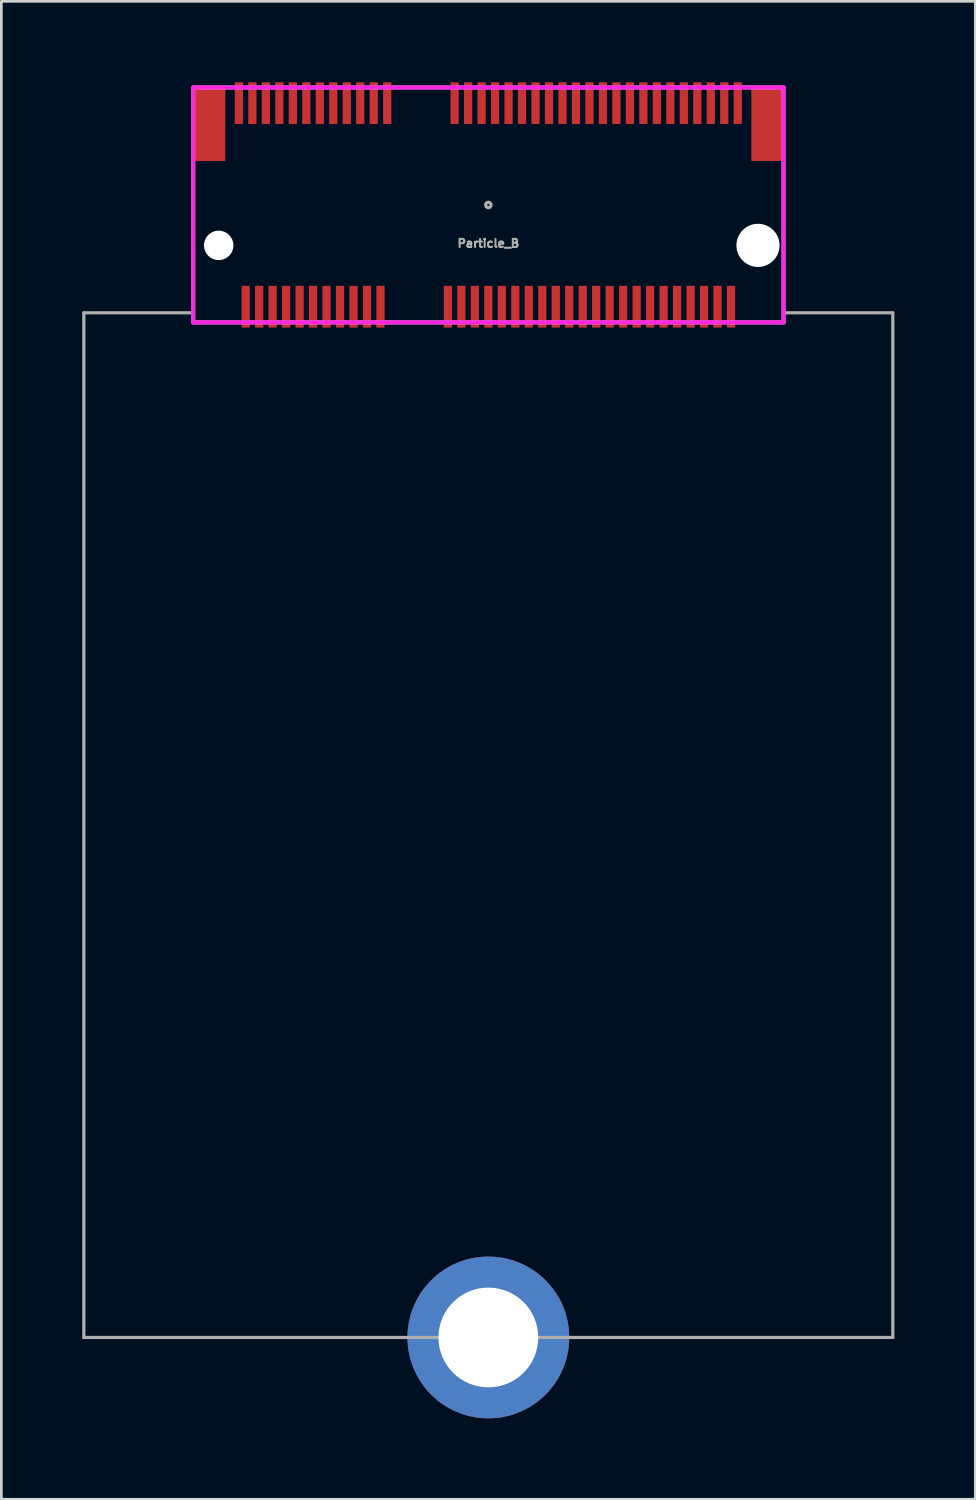
<source format=kicad_pcb>
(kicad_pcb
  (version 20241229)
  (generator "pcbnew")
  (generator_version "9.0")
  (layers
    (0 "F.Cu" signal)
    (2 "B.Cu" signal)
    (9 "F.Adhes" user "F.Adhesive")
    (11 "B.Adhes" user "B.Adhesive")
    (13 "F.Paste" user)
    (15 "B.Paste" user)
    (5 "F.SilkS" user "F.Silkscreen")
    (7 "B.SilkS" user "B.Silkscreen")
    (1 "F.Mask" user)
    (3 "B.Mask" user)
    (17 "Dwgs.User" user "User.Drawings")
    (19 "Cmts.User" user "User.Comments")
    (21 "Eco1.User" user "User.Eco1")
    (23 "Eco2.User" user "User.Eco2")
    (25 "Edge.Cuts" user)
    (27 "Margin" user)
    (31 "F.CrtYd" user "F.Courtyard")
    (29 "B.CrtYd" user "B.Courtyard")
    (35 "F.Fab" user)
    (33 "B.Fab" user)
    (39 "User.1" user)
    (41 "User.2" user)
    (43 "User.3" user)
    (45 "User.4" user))
  (footprint "Particle_B"
    (layer "F.Cu")
    (at 15.06 4.55)
    (property "Reference" "Particle_B" (at 0 1.425 0) (layer "F.Fab") (effects (font (size 0.3 0.3) (thickness 0.075))))
    (attr smd)
    (fp_line (start -10.947 -4.356) (end -10.947 4.356) (stroke (width 0.152) (type solid)) (layer "F.CrtYd"))
    (fp_line (start -10.947 4.356) (end 10.947 4.356) (stroke (width 0.152) (type solid)) (layer "F.CrtYd"))
    (fp_line (start 10.947 -4.356) (end -10.947 -4.356) (stroke (width 0.152) (type solid)) (layer "F.CrtYd"))
    (fp_line (start 10.947 4.356) (end 10.947 -4.356) (stroke (width 0.152) (type solid)) (layer "F.CrtYd"))
    (fp_line (start -15 4) (end -10.95 4) (stroke (width 0.12) (type solid)) (layer "F.Fab"))
    (fp_line (start -15 42) (end -15 4) (stroke (width 0.12) (type solid)) (layer "F.Fab"))
    (fp_line (start -10.947 -4.356) (end -10.947 4.356) (stroke (width 0.152) (type solid)) (layer "F.Fab"))
    (fp_line (start -10.947 4.356) (end 10.947 4.356) (stroke (width 0.152) (type solid)) (layer "F.Fab"))
    (fp_line (start 10.947 -4.356) (end -10.947 -4.356) (stroke (width 0.152) (type solid)) (layer "F.Fab"))
    (fp_line (start 10.947 4.356) (end 10.947 -4.356) (stroke (width 0.152) (type solid)) (layer "F.Fab"))
    (fp_line (start 15 4) (end 10.95 4) (stroke (width 0.12) (type solid)) (layer "F.Fab"))
    (fp_line (start 15 42) (end -15 42) (stroke (width 0.12) (type solid)) (layer "F.Fab"))
    (fp_line (start 15 42) (end 15 4) (stroke (width 0.12) (type solid)) (layer "F.Fab"))
    (fp_circle (center 0 0) (end 0.1 0) (stroke (width 0.12) (type solid)) (fill no) (layer "F.Fab"))
    (pad "" np_thru_hole circle (at -10 1.5) (size 1.092 1.092) (drill 1.092) (layers "*.Cu" "*.Mask"))
    (pad "" thru_hole circle (at 0 42) (size 6 6) (drill 3.7) (layers "*.Cu" "*.Mask"))
    (pad "" np_thru_hole circle (at 10 1.5) (size 1.6 1.6) (drill 1.6) (layers "*.Cu" "*.Mask"))
    (pad "1" smd rect (at -9.25 -3.775) (size 0.305 1.549) (layers "F.Cu" "F.Mask" "F.Paste"))
    (pad "2" smd rect (at -9 3.775) (size 0.305 1.549) (layers "F.Cu" "F.Mask" "F.Paste"))
    (pad "3" smd rect (at -8.75 -3.775) (size 0.305 1.549) (layers "F.Cu" "F.Mask" "F.Paste"))
    (pad "4" smd rect (at -8.5 3.775) (size 0.305 1.549) (layers "F.Cu" "F.Mask" "F.Paste"))
    (pad "5" smd rect (at -8.25 -3.775) (size 0.305 1.549) (layers "F.Cu" "F.Mask" "F.Paste"))
    (pad "6" smd rect (at -8 3.775) (size 0.305 1.549) (layers "F.Cu" "F.Mask" "F.Paste"))
    (pad "7" smd rect (at -7.75 -3.775) (size 0.305 1.549) (layers "F.Cu" "F.Mask" "F.Paste"))
    (pad "8" smd rect (at -7.5 3.775) (size 0.305 1.549) (layers "F.Cu" "F.Mask" "F.Paste"))
    (pad "9" smd rect (at -7.25 -3.775) (size 0.305 1.549) (layers "F.Cu" "F.Mask" "F.Paste"))
    (pad "10" smd rect (at -7 3.775) (size 0.305 1.549) (layers "F.Cu" "F.Mask" "F.Paste"))
    (pad "11" smd rect (at -6.75 -3.775) (size 0.305 1.549) (layers "F.Cu" "F.Mask" "F.Paste"))
    (pad "12" smd rect (at -6.5 3.775) (size 0.305 1.549) (layers "F.Cu" "F.Mask" "F.Paste"))
    (pad "13" smd rect (at -6.25 -3.775) (size 0.305 1.549) (layers "F.Cu" "F.Mask" "F.Paste"))
    (pad "14" smd rect (at -6 3.775) (size 0.305 1.549) (layers "F.Cu" "F.Mask" "F.Paste"))
    (pad "15" smd rect (at -5.75 -3.775) (size 0.305 1.549) (layers "F.Cu" "F.Mask" "F.Paste"))
    (pad "16" smd rect (at -5.5 3.775) (size 0.305 1.549) (layers "F.Cu" "F.Mask" "F.Paste"))
    (pad "17" smd rect (at -5.25 -3.775) (size 0.305 1.549) (layers "F.Cu" "F.Mask" "F.Paste"))
    (pad "18" smd rect (at -5 3.775) (size 0.305 1.549) (layers "F.Cu" "F.Mask" "F.Paste"))
    (pad "19" smd rect (at -4.75 -3.775) (size 0.305 1.549) (layers "F.Cu" "F.Mask" "F.Paste"))
    (pad "20" smd rect (at -4.5 3.775) (size 0.305 1.549) (layers "F.Cu" "F.Mask" "F.Paste"))
    (pad "21" smd rect (at -4.25 -3.775) (size 0.305 1.549) (layers "F.Cu" "F.Mask" "F.Paste"))
    (pad "22" smd rect (at -4 3.775) (size 0.305 1.549) (layers "F.Cu" "F.Mask" "F.Paste"))
    (pad "23" smd rect (at -3.75 -3.775) (size 0.305 1.549) (layers "F.Cu" "F.Mask" "F.Paste"))
    (pad "32" smd rect (at -1.5 3.775) (size 0.305 1.549) (layers "F.Cu" "F.Mask" "F.Paste"))
    (pad "33" smd rect (at -1.25 -3.775) (size 0.305 1.549) (layers "F.Cu" "F.Mask" "F.Paste"))
    (pad "34" smd rect (at -1 3.775) (size 0.305 1.549) (layers "F.Cu" "F.Mask" "F.Paste"))
    (pad "35" smd rect (at -0.75 -3.775) (size 0.305 1.549) (layers "F.Cu" "F.Mask" "F.Paste"))
    (pad "36" smd rect (at -0.5 3.775) (size 0.305 1.549) (layers "F.Cu" "F.Mask" "F.Paste"))
    (pad "37" smd rect (at -0.25 -3.775) (size 0.305 1.549) (layers "F.Cu" "F.Mask" "F.Paste"))
    (pad "38" smd rect (at 0 3.775) (size 0.305 1.549) (layers "F.Cu" "F.Mask" "F.Paste"))
    (pad "39" smd rect (at 0.25 -3.775) (size 0.305 1.549) (layers "F.Cu" "F.Mask" "F.Paste"))
    (pad "40" smd rect (at 0.5 3.775) (size 0.305 1.549) (layers "F.Cu" "F.Mask" "F.Paste"))
    (pad "41" smd rect (at 0.75 -3.775) (size 0.305 1.549) (layers "F.Cu" "F.Mask" "F.Paste"))
    (pad "42" smd rect (at 1 3.775) (size 0.305 1.549) (layers "F.Cu" "F.Mask" "F.Paste"))
    (pad "43" smd rect (at 1.25 -3.775) (size 0.305 1.549) (layers "F.Cu" "F.Mask" "F.Paste"))
    (pad "44" smd rect (at 1.5 3.775) (size 0.305 1.549) (layers "F.Cu" "F.Mask" "F.Paste"))
    (pad "45" smd rect (at 1.75 -3.775) (size 0.305 1.549) (layers "F.Cu" "F.Mask" "F.Paste"))
    (pad "46" smd rect (at 2 3.775) (size 0.305 1.549) (layers "F.Cu" "F.Mask" "F.Paste"))
    (pad "47" smd rect (at 2.25 -3.775) (size 0.305 1.549) (layers "F.Cu" "F.Mask" "F.Paste"))
    (pad "48" smd rect (at 2.5 3.775) (size 0.305 1.549) (layers "F.Cu" "F.Mask" "F.Paste"))
    (pad "49" smd rect (at 2.75 -3.775) (size 0.305 1.549) (layers "F.Cu" "F.Mask" "F.Paste"))
    (pad "50" smd rect (at 3 3.775) (size 0.305 1.549) (layers "F.Cu" "F.Mask" "F.Paste"))
    (pad "51" smd rect (at 3.25 -3.775) (size 0.305 1.549) (layers "F.Cu" "F.Mask" "F.Paste"))
    (pad "52" smd rect (at 3.5 3.775) (size 0.305 1.549) (layers "F.Cu" "F.Mask" "F.Paste"))
    (pad "53" smd rect (at 3.75 -3.775) (size 0.305 1.549) (layers "F.Cu" "F.Mask" "F.Paste"))
    (pad "54" smd rect (at 4 3.775) (size 0.305 1.549) (layers "F.Cu" "F.Mask" "F.Paste"))
    (pad "55" smd rect (at 4.25 -3.775) (size 0.305 1.549) (layers "F.Cu" "F.Mask" "F.Paste"))
    (pad "56" smd rect (at 4.5 3.775) (size 0.305 1.549) (layers "F.Cu" "F.Mask" "F.Paste"))
    (pad "57" smd rect (at 4.75 -3.775) (size 0.305 1.549) (layers "F.Cu" "F.Mask" "F.Paste"))
    (pad "58" smd rect (at 5 3.775) (size 0.305 1.549) (layers "F.Cu" "F.Mask" "F.Paste"))
    (pad "59" smd rect (at 5.25 -3.775) (size 0.305 1.549) (layers "F.Cu" "F.Mask" "F.Paste"))
    (pad "60" smd rect (at 5.5 3.775) (size 0.305 1.549) (layers "F.Cu" "F.Mask" "F.Paste"))
    (pad "61" smd rect (at 5.75 -3.775) (size 0.305 1.549) (layers "F.Cu" "F.Mask" "F.Paste"))
    (pad "62" smd rect (at 6 3.775) (size 0.305 1.549) (layers "F.Cu" "F.Mask" "F.Paste"))
    (pad "63" smd rect (at 6.25 -3.775) (size 0.305 1.549) (layers "F.Cu" "F.Mask" "F.Paste"))
    (pad "64" smd rect (at 6.5 3.775) (size 0.305 1.549) (layers "F.Cu" "F.Mask" "F.Paste"))
    (pad "65" smd rect (at 6.75 -3.775) (size 0.305 1.549) (layers "F.Cu" "F.Mask" "F.Paste"))
    (pad "66" smd rect (at 7 3.775) (size 0.305 1.549) (layers "F.Cu" "F.Mask" "F.Paste"))
    (pad "67" smd rect (at 7.25 -3.775) (size 0.305 1.549) (layers "F.Cu" "F.Mask" "F.Paste"))
    (pad "68" smd rect (at 7.5 3.775) (size 0.305 1.549) (layers "F.Cu" "F.Mask" "F.Paste"))
    (pad "69" smd rect (at 7.75 -3.775) (size 0.305 1.549) (layers "F.Cu" "F.Mask" "F.Paste"))
    (pad "70" smd rect (at 8 3.775) (size 0.305 1.549) (layers "F.Cu" "F.Mask" "F.Paste"))
    (pad "71" smd rect (at 8.25 -3.775) (size 0.305 1.549) (layers "F.Cu" "F.Mask" "F.Paste"))
    (pad "72" smd rect (at 8.5 3.775) (size 0.305 1.549) (layers "F.Cu" "F.Mask" "F.Paste"))
    (pad "73" smd rect (at 8.75 -3.775) (size 0.305 1.549) (layers "F.Cu" "F.Mask" "F.Paste"))
    (pad "74" smd rect (at 9 3.775) (size 0.305 1.549) (layers "F.Cu" "F.Mask" "F.Paste"))
    (pad "75" smd rect (at 9.25 -3.775) (size 0.305 1.549) (layers "F.Cu" "F.Mask" "F.Paste"))
    (pad "76" smd rect (at -10.35 -3) (size 1.194 2.743) (layers "F.Cu" "F.Mask" "F.Paste"))
    (pad "77" smd rect (at 10.35 -3) (size 1.194 2.743) (layers "F.Cu" "F.Mask" "F.Paste")))
  (gr_rect
    (start -3 -3)
    (end 33.12 52.55)
    (stroke (width 0.1) (type default))
    (fill no)
    (layer "Edge.Cuts")))
</source>
